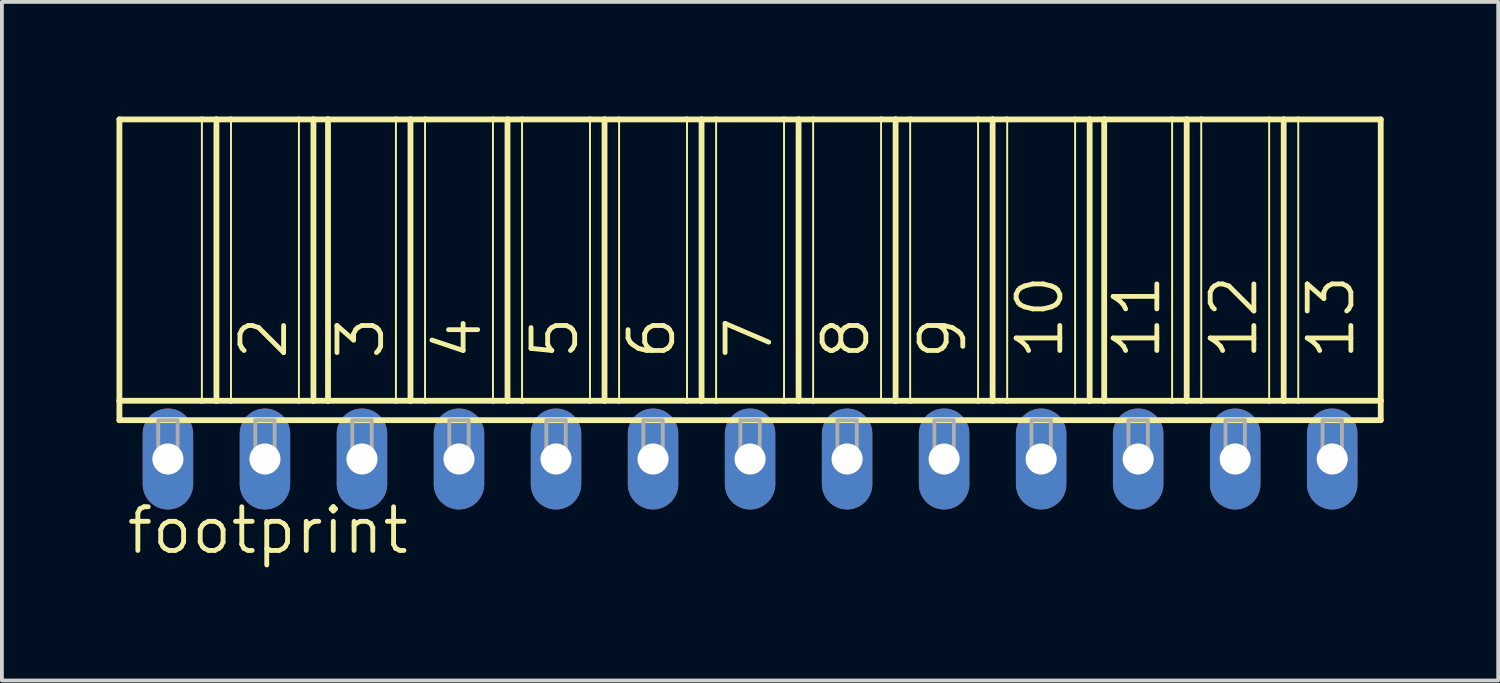
<source format=kicad_pcb>
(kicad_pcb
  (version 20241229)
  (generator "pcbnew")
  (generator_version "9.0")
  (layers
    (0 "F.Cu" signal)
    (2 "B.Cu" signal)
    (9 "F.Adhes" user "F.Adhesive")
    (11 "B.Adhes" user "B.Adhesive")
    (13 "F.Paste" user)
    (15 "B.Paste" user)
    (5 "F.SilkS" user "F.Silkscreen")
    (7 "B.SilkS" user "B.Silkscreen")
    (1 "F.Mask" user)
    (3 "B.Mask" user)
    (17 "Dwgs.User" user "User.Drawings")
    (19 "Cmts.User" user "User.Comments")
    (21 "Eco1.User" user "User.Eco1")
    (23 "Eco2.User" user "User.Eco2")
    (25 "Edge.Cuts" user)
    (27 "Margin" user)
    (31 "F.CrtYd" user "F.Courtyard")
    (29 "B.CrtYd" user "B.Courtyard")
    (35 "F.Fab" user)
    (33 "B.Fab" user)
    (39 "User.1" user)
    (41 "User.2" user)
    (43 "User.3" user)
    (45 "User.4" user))
  (footprint "footprint"
    (layer "F.Cu")
    (at 16.586 8.966)
    (property "Reference" "footprint" (at -16.383 2.54 0) (layer "F.SilkS") (effects (font (size 1.143 1.143) (thickness 0.127)) (justify left bottom)))
    (fp_line (start -16.51 -8.89) (end -14.351 -8.89) (stroke (width 0.152) (type solid)) (layer "F.SilkS"))
    (fp_line (start -16.51 -1.524) (end -16.51 -8.89) (stroke (width 0.152) (type solid)) (layer "F.SilkS"))
    (fp_line (start -16.51 -1.524) (end -14.351 -1.524) (stroke (width 0.152) (type solid)) (layer "F.SilkS"))
    (fp_line (start -16.51 -1.016) (end -16.51 -1.524) (stroke (width 0.152) (type solid)) (layer "F.SilkS"))
    (fp_line (start -16.51 -1.016) (end 16.51 -1.016) (stroke (width 0.152) (type solid)) (layer "F.SilkS"))
    (fp_line (start -14.351 -8.89) (end -14.351 -1.524) (stroke (width 0.051) (type solid)) (layer "F.SilkS"))
    (fp_line (start -14.351 -8.89) (end -13.97 -8.89) (stroke (width 0.152) (type solid)) (layer "F.SilkS"))
    (fp_line (start -14.351 -1.524) (end -13.97 -1.524) (stroke (width 0.152) (type solid)) (layer "F.SilkS"))
    (fp_line (start -13.97 -8.89) (end -13.97 -1.524) (stroke (width 0.152) (type solid)) (layer "F.SilkS"))
    (fp_line (start -13.97 -8.89) (end -13.589 -8.89) (stroke (width 0.152) (type solid)) (layer "F.SilkS"))
    (fp_line (start -13.97 -1.524) (end -13.589 -1.524) (stroke (width 0.152) (type solid)) (layer "F.SilkS"))
    (fp_line (start -13.589 -8.89) (end -13.589 -1.524) (stroke (width 0.051) (type solid)) (layer "F.SilkS"))
    (fp_line (start -13.589 -8.89) (end -11.811 -8.89) (stroke (width 0.152) (type solid)) (layer "F.SilkS"))
    (fp_line (start -13.589 -1.524) (end -11.811 -1.524) (stroke (width 0.152) (type solid)) (layer "F.SilkS"))
    (fp_line (start -11.811 -8.89) (end -11.811 -1.524) (stroke (width 0.051) (type solid)) (layer "F.SilkS"))
    (fp_line (start -11.811 -8.89) (end -11.43 -8.89) (stroke (width 0.152) (type solid)) (layer "F.SilkS"))
    (fp_line (start -11.811 -1.524) (end -11.43 -1.524) (stroke (width 0.152) (type solid)) (layer "F.SilkS"))
    (fp_line (start -11.43 -8.89) (end -11.43 -1.524) (stroke (width 0.152) (type solid)) (layer "F.SilkS"))
    (fp_line (start -11.43 -8.89) (end -11.049 -8.89) (stroke (width 0.152) (type solid)) (layer "F.SilkS"))
    (fp_line (start -11.43 -1.524) (end -11.049 -1.524) (stroke (width 0.152) (type solid)) (layer "F.SilkS"))
    (fp_line (start -11.049 -8.89) (end -11.049 -1.524) (stroke (width 0.152) (type solid)) (layer "F.SilkS"))
    (fp_line (start -11.049 -8.89) (end -9.271 -8.89) (stroke (width 0.152) (type solid)) (layer "F.SilkS"))
    (fp_line (start -11.049 -1.524) (end -9.271 -1.524) (stroke (width 0.152) (type solid)) (layer "F.SilkS"))
    (fp_line (start -9.271 -8.89) (end -9.271 -1.524) (stroke (width 0.051) (type solid)) (layer "F.SilkS"))
    (fp_line (start -9.271 -8.89) (end -8.89 -8.89) (stroke (width 0.152) (type solid)) (layer "F.SilkS"))
    (fp_line (start -9.271 -1.524) (end -8.89 -1.524) (stroke (width 0.152) (type solid)) (layer "F.SilkS"))
    (fp_line (start -8.89 -8.89) (end -8.89 -1.524) (stroke (width 0.152) (type solid)) (layer "F.SilkS"))
    (fp_line (start -8.89 -8.89) (end -8.509 -8.89) (stroke (width 0.152) (type solid)) (layer "F.SilkS"))
    (fp_line (start -8.89 -1.524) (end -8.509 -1.524) (stroke (width 0.152) (type solid)) (layer "F.SilkS"))
    (fp_line (start -8.509 -8.89) (end -8.509 -1.524) (stroke (width 0.051) (type solid)) (layer "F.SilkS"))
    (fp_line (start -8.509 -8.89) (end -6.731 -8.89) (stroke (width 0.152) (type solid)) (layer "F.SilkS"))
    (fp_line (start -8.509 -1.524) (end -6.731 -1.524) (stroke (width 0.152) (type solid)) (layer "F.SilkS"))
    (fp_line (start -6.731 -8.89) (end -6.731 -1.524) (stroke (width 0.051) (type solid)) (layer "F.SilkS"))
    (fp_line (start -6.731 -8.89) (end -6.35 -8.89) (stroke (width 0.152) (type solid)) (layer "F.SilkS"))
    (fp_line (start -6.731 -1.524) (end -6.35 -1.524) (stroke (width 0.152) (type solid)) (layer "F.SilkS"))
    (fp_line (start -6.35 -8.89) (end -6.35 -1.524) (stroke (width 0.152) (type solid)) (layer "F.SilkS"))
    (fp_line (start -6.35 -8.89) (end -5.969 -8.89) (stroke (width 0.152) (type solid)) (layer "F.SilkS"))
    (fp_line (start -6.35 -1.524) (end -5.969 -1.524) (stroke (width 0.152) (type solid)) (layer "F.SilkS"))
    (fp_line (start -5.969 -8.89) (end -5.969 -1.524) (stroke (width 0.051) (type solid)) (layer "F.SilkS"))
    (fp_line (start -5.969 -8.89) (end -4.191 -8.89) (stroke (width 0.152) (type solid)) (layer "F.SilkS"))
    (fp_line (start -5.969 -1.524) (end -4.191 -1.524) (stroke (width 0.152) (type solid)) (layer "F.SilkS"))
    (fp_line (start -4.191 -8.89) (end -4.191 -1.524) (stroke (width 0.051) (type solid)) (layer "F.SilkS"))
    (fp_line (start -4.191 -8.89) (end -3.81 -8.89) (stroke (width 0.152) (type solid)) (layer "F.SilkS"))
    (fp_line (start -4.191 -1.524) (end -3.81 -1.524) (stroke (width 0.152) (type solid)) (layer "F.SilkS"))
    (fp_line (start -3.81 -8.89) (end -3.81 -1.524) (stroke (width 0.152) (type solid)) (layer "F.SilkS"))
    (fp_line (start -3.81 -8.89) (end -3.429 -8.89) (stroke (width 0.152) (type solid)) (layer "F.SilkS"))
    (fp_line (start -3.81 -1.524) (end -3.429 -1.524) (stroke (width 0.152) (type solid)) (layer "F.SilkS"))
    (fp_line (start -3.429 -8.89) (end -3.429 -1.524) (stroke (width 0.051) (type solid)) (layer "F.SilkS"))
    (fp_line (start -3.429 -8.89) (end -1.651 -8.89) (stroke (width 0.152) (type solid)) (layer "F.SilkS"))
    (fp_line (start -3.429 -1.524) (end -1.651 -1.524) (stroke (width 0.152) (type solid)) (layer "F.SilkS"))
    (fp_line (start -1.651 -8.89) (end -1.651 -1.524) (stroke (width 0.051) (type solid)) (layer "F.SilkS"))
    (fp_line (start -1.651 -8.89) (end -1.27 -8.89) (stroke (width 0.152) (type solid)) (layer "F.SilkS"))
    (fp_line (start -1.651 -1.524) (end -1.27 -1.524) (stroke (width 0.152) (type solid)) (layer "F.SilkS"))
    (fp_line (start -1.27 -8.89) (end -1.27 -1.524) (stroke (width 0.152) (type solid)) (layer "F.SilkS"))
    (fp_line (start -1.27 -8.89) (end -0.889 -8.89) (stroke (width 0.152) (type solid)) (layer "F.SilkS"))
    (fp_line (start -1.27 -1.524) (end -0.889 -1.524) (stroke (width 0.152) (type solid)) (layer "F.SilkS"))
    (fp_line (start -0.889 -8.89) (end -0.889 -1.524) (stroke (width 0.051) (type solid)) (layer "F.SilkS"))
    (fp_line (start -0.889 -8.89) (end 0.889 -8.89) (stroke (width 0.152) (type solid)) (layer "F.SilkS"))
    (fp_line (start -0.889 -1.524) (end 0.889 -1.524) (stroke (width 0.152) (type solid)) (layer "F.SilkS"))
    (fp_line (start 0.889 -8.89) (end 0.889 -1.524) (stroke (width 0.051) (type solid)) (layer "F.SilkS"))
    (fp_line (start 0.889 -8.89) (end 1.27 -8.89) (stroke (width 0.152) (type solid)) (layer "F.SilkS"))
    (fp_line (start 0.889 -1.524) (end 1.27 -1.524) (stroke (width 0.152) (type solid)) (layer "F.SilkS"))
    (fp_line (start 1.27 -8.89) (end 1.27 -1.524) (stroke (width 0.152) (type solid)) (layer "F.SilkS"))
    (fp_line (start 1.27 -8.89) (end 1.651 -8.89) (stroke (width 0.152) (type solid)) (layer "F.SilkS"))
    (fp_line (start 1.27 -1.524) (end 1.651 -1.524) (stroke (width 0.152) (type solid)) (layer "F.SilkS"))
    (fp_line (start 1.651 -8.89) (end 1.651 -1.524) (stroke (width 0.051) (type solid)) (layer "F.SilkS"))
    (fp_line (start 1.651 -8.89) (end 3.429 -8.89) (stroke (width 0.152) (type solid)) (layer "F.SilkS"))
    (fp_line (start 1.651 -1.524) (end 3.81 -1.524) (stroke (width 0.152) (type solid)) (layer "F.SilkS"))
    (fp_line (start 3.429 -8.89) (end 3.429 -1.524) (stroke (width 0.051) (type solid)) (layer "F.SilkS"))
    (fp_line (start 3.429 -8.89) (end 3.81 -8.89) (stroke (width 0.152) (type solid)) (layer "F.SilkS"))
    (fp_line (start 3.81 -8.89) (end 3.81 -1.524) (stroke (width 0.152) (type solid)) (layer "F.SilkS"))
    (fp_line (start 3.81 -8.89) (end 4.191 -8.89) (stroke (width 0.152) (type solid)) (layer "F.SilkS"))
    (fp_line (start 3.81 -1.524) (end 4.191 -1.524) (stroke (width 0.152) (type solid)) (layer "F.SilkS"))
    (fp_line (start 4.191 -8.89) (end 4.191 -1.524) (stroke (width 0.051) (type solid)) (layer "F.SilkS"))
    (fp_line (start 4.191 -8.89) (end 5.969 -8.89) (stroke (width 0.152) (type solid)) (layer "F.SilkS"))
    (fp_line (start 4.191 -1.524) (end 5.969 -1.524) (stroke (width 0.152) (type solid)) (layer "F.SilkS"))
    (fp_line (start 5.969 -8.89) (end 5.969 -1.524) (stroke (width 0.051) (type solid)) (layer "F.SilkS"))
    (fp_line (start 5.969 -8.89) (end 6.35 -8.89) (stroke (width 0.152) (type solid)) (layer "F.SilkS"))
    (fp_line (start 5.969 -1.524) (end 6.35 -1.524) (stroke (width 0.152) (type solid)) (layer "F.SilkS"))
    (fp_line (start 6.35 -8.89) (end 6.35 -1.524) (stroke (width 0.152) (type solid)) (layer "F.SilkS"))
    (fp_line (start 6.35 -8.89) (end 6.731 -8.89) (stroke (width 0.152) (type solid)) (layer "F.SilkS"))
    (fp_line (start 6.35 -1.524) (end 6.731 -1.524) (stroke (width 0.152) (type solid)) (layer "F.SilkS"))
    (fp_line (start 6.731 -8.89) (end 6.731 -1.524) (stroke (width 0.051) (type solid)) (layer "F.SilkS"))
    (fp_line (start 6.731 -8.89) (end 8.509 -8.89) (stroke (width 0.152) (type solid)) (layer "F.SilkS"))
    (fp_line (start 6.731 -1.524) (end 8.509 -1.524) (stroke (width 0.152) (type solid)) (layer "F.SilkS"))
    (fp_line (start 8.509 -8.89) (end 8.509 -1.524) (stroke (width 0.051) (type solid)) (layer "F.SilkS"))
    (fp_line (start 8.509 -8.89) (end 8.89 -8.89) (stroke (width 0.152) (type solid)) (layer "F.SilkS"))
    (fp_line (start 8.509 -1.524) (end 8.89 -1.524) (stroke (width 0.152) (type solid)) (layer "F.SilkS"))
    (fp_line (start 8.89 -8.89) (end 8.89 -1.524) (stroke (width 0.152) (type solid)) (layer "F.SilkS"))
    (fp_line (start 8.89 -8.89) (end 9.271 -8.89) (stroke (width 0.152) (type solid)) (layer "F.SilkS"))
    (fp_line (start 8.89 -1.524) (end 9.271 -1.524) (stroke (width 0.152) (type solid)) (layer "F.SilkS"))
    (fp_line (start 9.271 -8.89) (end 9.271 -1.524) (stroke (width 0.152) (type solid)) (layer "F.SilkS"))
    (fp_line (start 9.271 -8.89) (end 11.049 -8.89) (stroke (width 0.152) (type solid)) (layer "F.SilkS"))
    (fp_line (start 9.271 -1.524) (end 11.049 -1.524) (stroke (width 0.152) (type solid)) (layer "F.SilkS"))
    (fp_line (start 11.049 -8.89) (end 11.049 -1.524) (stroke (width 0.051) (type solid)) (layer "F.SilkS"))
    (fp_line (start 11.049 -8.89) (end 11.43 -8.89) (stroke (width 0.152) (type solid)) (layer "F.SilkS"))
    (fp_line (start 11.049 -1.524) (end 11.43 -1.524) (stroke (width 0.152) (type solid)) (layer "F.SilkS"))
    (fp_line (start 11.43 -8.89) (end 11.43 -1.524) (stroke (width 0.152) (type solid)) (layer "F.SilkS"))
    (fp_line (start 11.43 -8.89) (end 11.811 -8.89) (stroke (width 0.152) (type solid)) (layer "F.SilkS"))
    (fp_line (start 11.43 -1.524) (end 11.811 -1.524) (stroke (width 0.152) (type solid)) (layer "F.SilkS"))
    (fp_line (start 11.811 -8.89) (end 11.811 -1.524) (stroke (width 0.051) (type solid)) (layer "F.SilkS"))
    (fp_line (start 11.811 -8.89) (end 13.589 -8.89) (stroke (width 0.152) (type solid)) (layer "F.SilkS"))
    (fp_line (start 11.811 -1.524) (end 13.589 -1.524) (stroke (width 0.152) (type solid)) (layer "F.SilkS"))
    (fp_line (start 13.589 -8.89) (end 13.589 -1.524) (stroke (width 0.051) (type solid)) (layer "F.SilkS"))
    (fp_line (start 13.589 -8.89) (end 13.97 -8.89) (stroke (width 0.152) (type solid)) (layer "F.SilkS"))
    (fp_line (start 13.589 -1.524) (end 13.97 -1.524) (stroke (width 0.152) (type solid)) (layer "F.SilkS"))
    (fp_line (start 13.97 -8.89) (end 13.97 -1.524) (stroke (width 0.152) (type solid)) (layer "F.SilkS"))
    (fp_line (start 13.97 -8.89) (end 14.351 -8.89) (stroke (width 0.152) (type solid)) (layer "F.SilkS"))
    (fp_line (start 13.97 -1.524) (end 14.351 -1.524) (stroke (width 0.152) (type solid)) (layer "F.SilkS"))
    (fp_line (start 14.351 -8.89) (end 14.351 -1.524) (stroke (width 0.051) (type solid)) (layer "F.SilkS"))
    (fp_line (start 14.351 -8.89) (end 16.51 -8.89) (stroke (width 0.152) (type solid)) (layer "F.SilkS"))
    (fp_line (start 14.351 -1.524) (end 16.51 -1.524) (stroke (width 0.152) (type solid)) (layer "F.SilkS"))
    (fp_line (start 16.51 -8.89) (end 16.51 -1.524) (stroke (width 0.152) (type solid)) (layer "F.SilkS"))
    (fp_line (start 16.51 -1.524) (end 16.51 -1.016) (stroke (width 0.152) (type solid)) (layer "F.SilkS"))
    (fp_poly (pts (xy -15.494 0) (xy -14.986 0) (xy -14.986 -1.016) (xy -15.494 -1.016)) (stroke (width 0.1) (type solid)) (fill no) (layer "F.Fab"))
    (fp_poly (pts (xy -12.954 0) (xy -12.446 0) (xy -12.446 -1.016) (xy -12.954 -1.016)) (stroke (width 0.1) (type solid)) (fill no) (layer "F.Fab"))
    (fp_poly (pts (xy -10.414 0) (xy -9.906 0) (xy -9.906 -1.016) (xy -10.414 -1.016)) (stroke (width 0.1) (type solid)) (fill no) (layer "F.Fab"))
    (fp_poly (pts (xy -7.874 0) (xy -7.366 0) (xy -7.366 -1.016) (xy -7.874 -1.016)) (stroke (width 0.1) (type solid)) (fill no) (layer "F.Fab"))
    (fp_poly (pts (xy -5.334 0) (xy -4.826 0) (xy -4.826 -1.016) (xy -5.334 -1.016)) (stroke (width 0.1) (type solid)) (fill no) (layer "F.Fab"))
    (fp_poly (pts (xy -2.794 0) (xy -2.286 0) (xy -2.286 -1.016) (xy -2.794 -1.016)) (stroke (width 0.1) (type solid)) (fill no) (layer "F.Fab"))
    (fp_poly (pts (xy -0.254 0) (xy 0.254 0) (xy 0.254 -1.016) (xy -0.254 -1.016)) (stroke (width 0.1) (type solid)) (fill no) (layer "F.Fab"))
    (fp_poly (pts (xy 2.286 0) (xy 2.794 0) (xy 2.794 -1.016) (xy 2.286 -1.016)) (stroke (width 0.1) (type solid)) (fill no) (layer "F.Fab"))
    (fp_poly (pts (xy 4.826 0) (xy 5.334 0) (xy 5.334 -1.016) (xy 4.826 -1.016)) (stroke (width 0.1) (type solid)) (fill no) (layer "F.Fab"))
    (fp_poly (pts (xy 7.366 0) (xy 7.874 0) (xy 7.874 -1.016) (xy 7.366 -1.016)) (stroke (width 0.1) (type solid)) (fill no) (layer "F.Fab"))
    (fp_poly (pts (xy 9.906 0) (xy 10.414 0) (xy 10.414 -1.016) (xy 9.906 -1.016)) (stroke (width 0.1) (type solid)) (fill no) (layer "F.Fab"))
    (fp_poly (pts (xy 12.446 0) (xy 12.954 0) (xy 12.954 -1.016) (xy 12.446 -1.016)) (stroke (width 0.1) (type solid)) (fill no) (layer "F.Fab"))
    (fp_poly (pts (xy 14.986 0) (xy 15.494 0) (xy 15.494 -1.016) (xy 14.986 -1.016)) (stroke (width 0.1) (type solid)) (fill no) (layer "F.Fab"))
    (fp_text user "6" (at -1.905 -2.54 90) (layer "F.SilkS") (effects (font (size 1.143 1.143) (thickness 0.127)) (justify left bottom)))
    (fp_text user "2" (at -12.065 -2.54 90) (layer "F.SilkS") (effects (font (size 1.143 1.143) (thickness 0.127)) (justify left bottom)))
    (fp_text user "4" (at -6.985 -2.54 90) (layer "F.SilkS") (effects (font (size 1.143 1.143) (thickness 0.127)) (justify left bottom)))
    (fp_text user "8" (at 3.175 -2.54 90) (layer "F.SilkS") (effects (font (size 1.143 1.143) (thickness 0.127)) (justify left bottom)))
    (fp_text user "11" (at 10.795 -2.54 90) (layer "F.SilkS") (effects (font (size 1.143 1.143) (thickness 0.127)) (justify left bottom)))
    (fp_text user "7" (at 0.635 -2.54 90) (layer "F.SilkS") (effects (font (size 1.143 1.143) (thickness 0.127)) (justify left bottom)))
    (fp_text user "10" (at 8.255 -2.54 90) (layer "F.SilkS") (effects (font (size 1.143 1.143) (thickness 0.127)) (justify left bottom)))
    (fp_text user "12" (at 13.335 -2.54 90) (layer "F.SilkS") (effects (font (size 1.143 1.143) (thickness 0.127)) (justify left bottom)))
    (fp_text user "3" (at -9.525 -2.54 90) (layer "F.SilkS") (effects (font (size 1.143 1.143) (thickness 0.127)) (justify left bottom)))
    (fp_text user "9" (at 5.715 -2.54 90) (layer "F.SilkS") (effects (font (size 1.143 1.143) (thickness 0.127)) (justify left bottom)))
    (fp_text user "13" (at 15.875 -2.54 90) (layer "F.SilkS") (effects (font (size 1.143 1.143) (thickness 0.127)) (justify left bottom)))
    (fp_text user "5" (at -4.445 -2.54 90) (layer "F.SilkS") (effects (font (size 1.143 1.143) (thickness 0.127)) (justify left bottom)))
    (pad "1" thru_hole oval (at -15.24 0 90) (size 2.642 1.321) (drill 0.813) (layers "*.Cu" "*.Mask"))
    (pad "2" thru_hole oval (at -12.7 0 90) (size 2.642 1.321) (drill 0.813) (layers "*.Cu" "*.Mask"))
    (pad "3" thru_hole oval (at -10.16 0 90) (size 2.642 1.321) (drill 0.813) (layers "*.Cu" "*.Mask"))
    (pad "4" thru_hole oval (at -7.62 0 90) (size 2.642 1.321) (drill 0.813) (layers "*.Cu" "*.Mask"))
    (pad "5" thru_hole oval (at -5.08 0 90) (size 2.642 1.321) (drill 0.813) (layers "*.Cu" "*.Mask"))
    (pad "6" thru_hole oval (at -2.54 0 90) (size 2.642 1.321) (drill 0.813) (layers "*.Cu" "*.Mask"))
    (pad "7" thru_hole oval (at 0 0 90) (size 2.642 1.321) (drill 0.813) (layers "*.Cu" "*.Mask"))
    (pad "8" thru_hole oval (at 2.54 0 90) (size 2.642 1.321) (drill 0.813) (layers "*.Cu" "*.Mask"))
    (pad "9" thru_hole oval (at 5.08 0 90) (size 2.642 1.321) (drill 0.813) (layers "*.Cu" "*.Mask"))
    (pad "10" thru_hole oval (at 7.62 0 90) (size 2.642 1.321) (drill 0.813) (layers "*.Cu" "*.Mask"))
    (pad "11" thru_hole oval (at 10.16 0 90) (size 2.642 1.321) (drill 0.813) (layers "*.Cu" "*.Mask"))
    (pad "12" thru_hole oval (at 12.7 0 90) (size 2.642 1.321) (drill 0.813) (layers "*.Cu" "*.Mask"))
    (pad "13" thru_hole oval (at 15.24 0 90) (size 2.642 1.321) (drill 0.813) (layers "*.Cu" "*.Mask")))
  (gr_rect
    (start -3 -3)
    (end 36.172 14.765)
    (stroke (width 0.1) (type default))
    (fill no)
    (layer "Edge.Cuts")))
</source>
